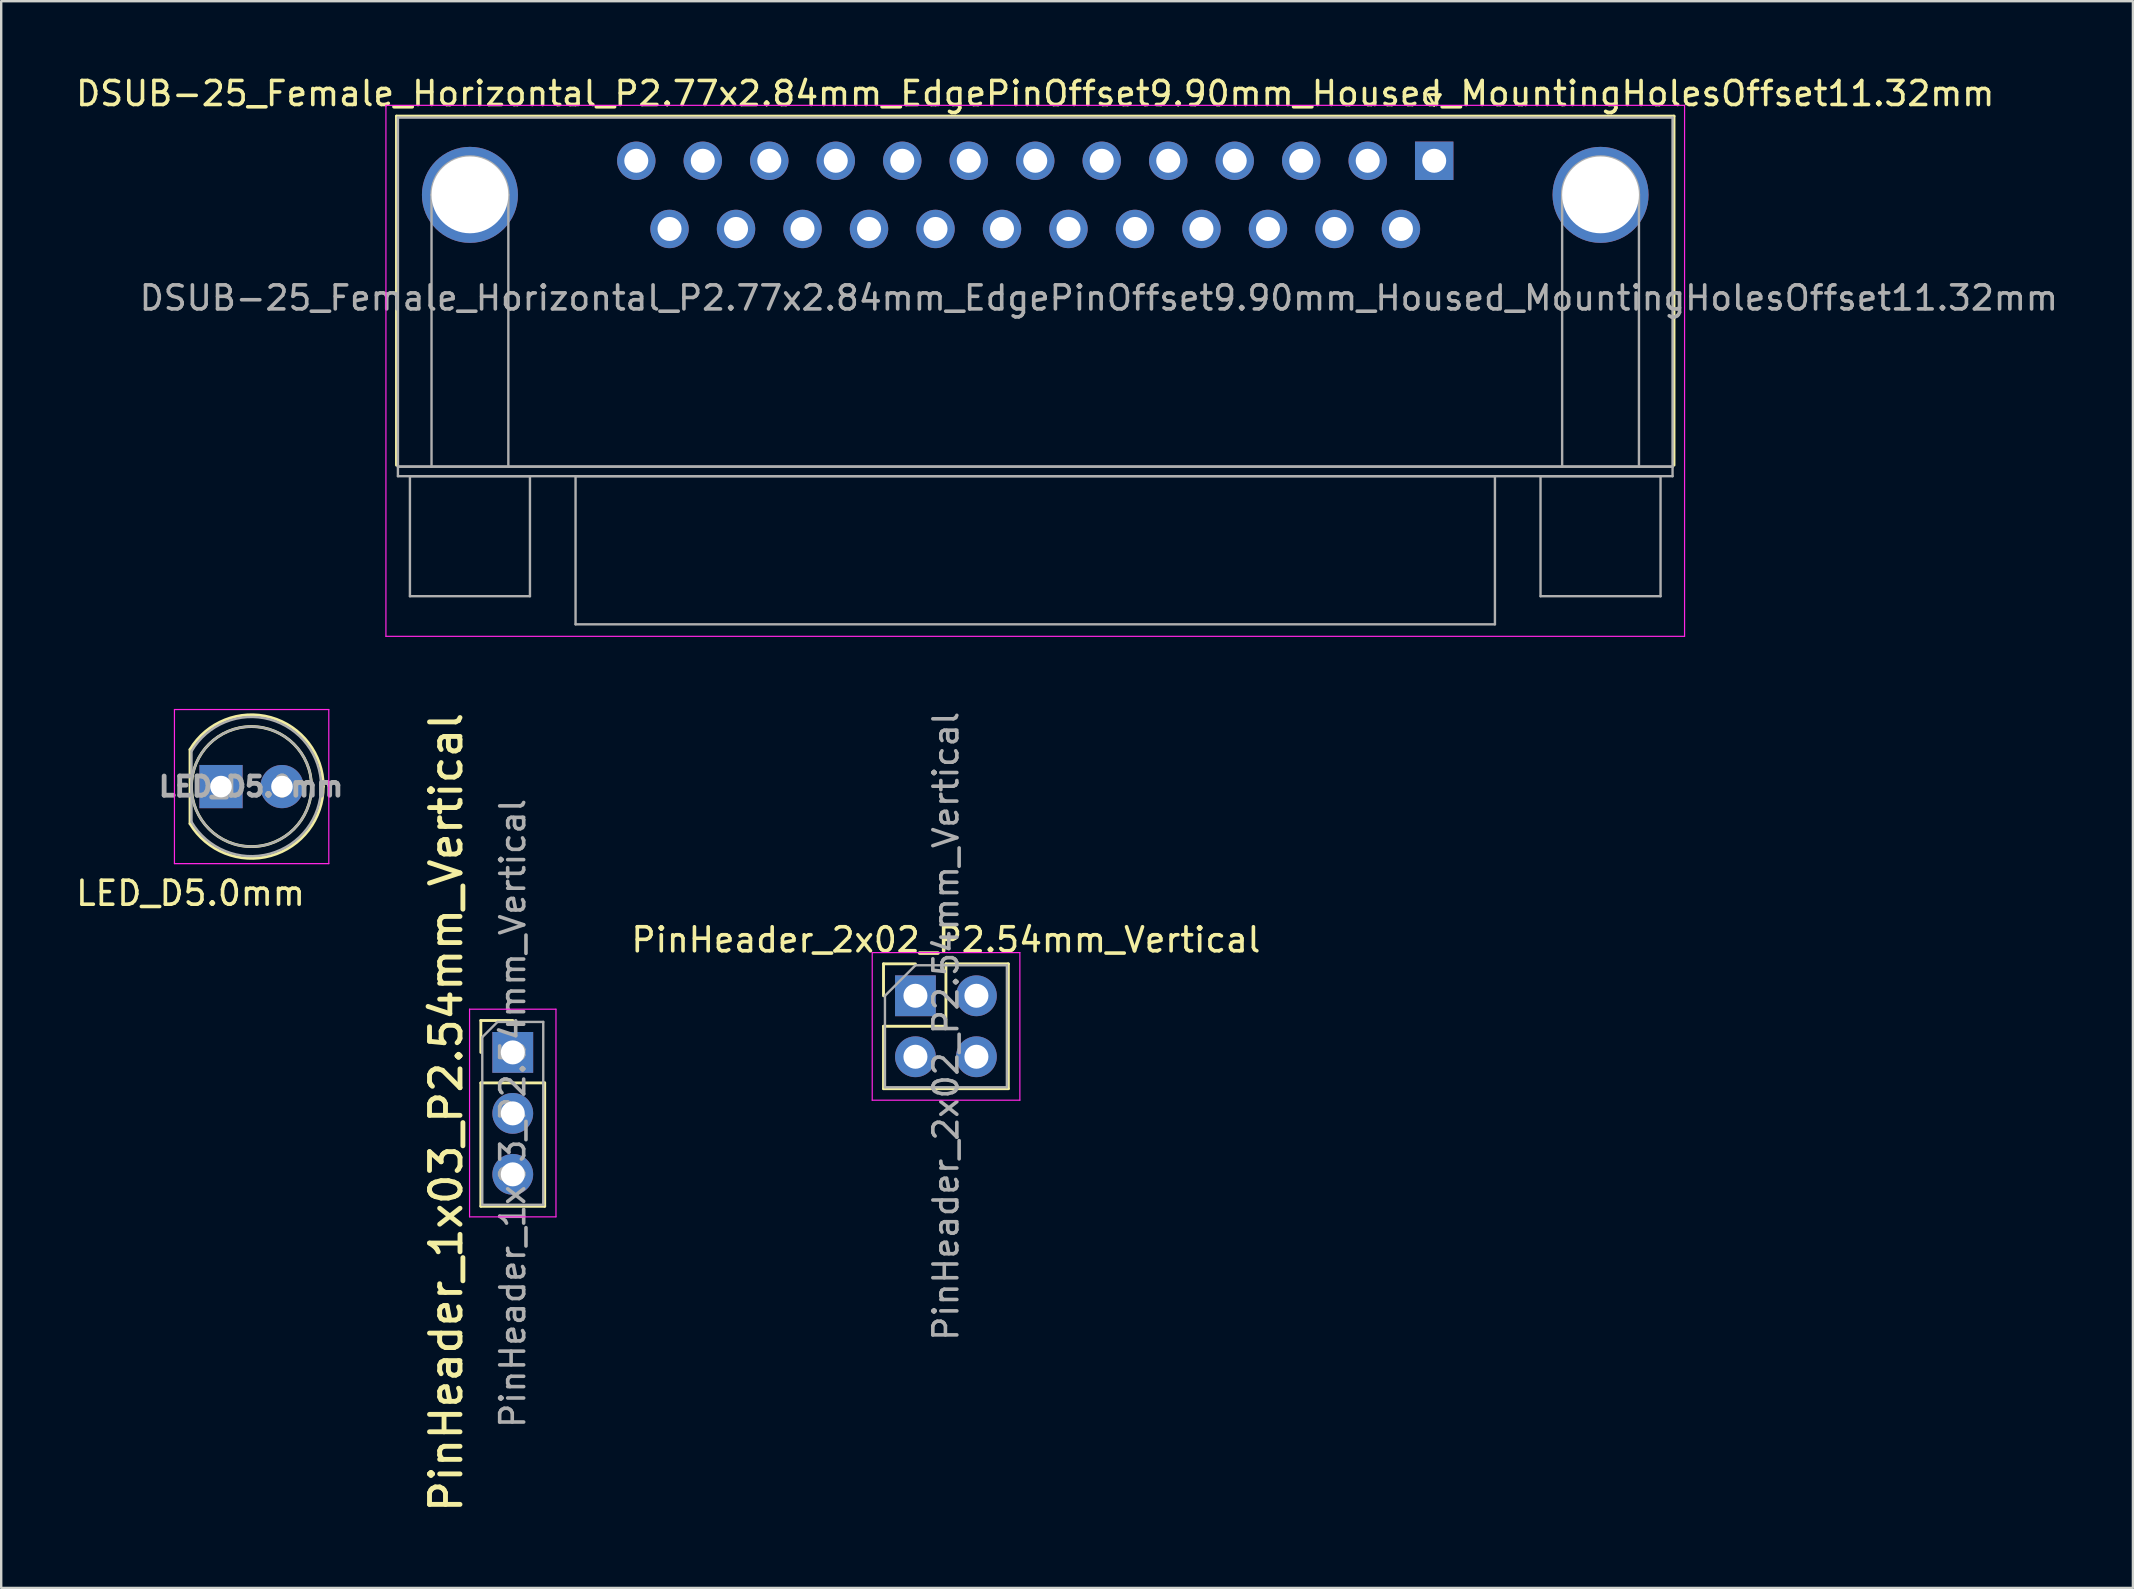
<source format=kicad_pcb>
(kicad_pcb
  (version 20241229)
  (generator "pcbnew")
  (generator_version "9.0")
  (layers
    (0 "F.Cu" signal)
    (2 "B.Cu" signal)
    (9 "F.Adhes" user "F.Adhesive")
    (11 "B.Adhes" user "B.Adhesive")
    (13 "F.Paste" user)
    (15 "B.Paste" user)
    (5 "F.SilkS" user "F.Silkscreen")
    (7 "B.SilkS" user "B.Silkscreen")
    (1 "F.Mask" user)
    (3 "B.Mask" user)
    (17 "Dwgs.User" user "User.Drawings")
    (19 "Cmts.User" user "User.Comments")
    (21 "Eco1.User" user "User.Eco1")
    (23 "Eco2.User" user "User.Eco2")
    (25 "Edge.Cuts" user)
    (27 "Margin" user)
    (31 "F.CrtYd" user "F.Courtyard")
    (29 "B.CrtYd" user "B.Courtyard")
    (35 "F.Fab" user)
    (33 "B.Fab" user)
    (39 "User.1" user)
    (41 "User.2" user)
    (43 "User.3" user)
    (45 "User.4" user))
  (footprint "PinHeader_2x02_P2.54mm_Vertical"
    (layer "F.Cu")
    (at 35.086 38.433)
    (property "Reference" "PinHeader_2x02_P2.54mm_Vertical" (at 1.27 -2.33 0) (layer "F.SilkS") (effects (font (size 1 1) (thickness 0.15))))
    (attr through_hole)
    (fp_line (start -1.33 -1.33) (end 0 -1.33) (stroke (width 0.12) (type solid)) (layer "F.SilkS"))
    (fp_line (start -1.33 0) (end -1.33 -1.33) (stroke (width 0.12) (type solid)) (layer "F.SilkS"))
    (fp_line (start -1.33 1.27) (end -1.33 3.87) (stroke (width 0.12) (type solid)) (layer "F.SilkS"))
    (fp_line (start -1.33 1.27) (end 1.27 1.27) (stroke (width 0.12) (type solid)) (layer "F.SilkS"))
    (fp_line (start -1.33 3.87) (end 3.87 3.87) (stroke (width 0.12) (type solid)) (layer "F.SilkS"))
    (fp_line (start 1.27 -1.33) (end 3.87 -1.33) (stroke (width 0.12) (type solid)) (layer "F.SilkS"))
    (fp_line (start 1.27 1.27) (end 1.27 -1.33) (stroke (width 0.12) (type solid)) (layer "F.SilkS"))
    (fp_line (start 3.87 -1.33) (end 3.87 3.87) (stroke (width 0.12) (type solid)) (layer "F.SilkS"))
    (fp_line (start -1.8 -1.8) (end -1.8 4.35) (stroke (width 0.05) (type solid)) (layer "F.CrtYd"))
    (fp_line (start -1.8 4.35) (end 4.35 4.35) (stroke (width 0.05) (type solid)) (layer "F.CrtYd"))
    (fp_line (start 4.35 -1.8) (end -1.8 -1.8) (stroke (width 0.05) (type solid)) (layer "F.CrtYd"))
    (fp_line (start 4.35 4.35) (end 4.35 -1.8) (stroke (width 0.05) (type solid)) (layer "F.CrtYd"))
    (fp_line (start -1.27 0) (end 0 -1.27) (stroke (width 0.1) (type solid)) (layer "F.Fab"))
    (fp_line (start -1.27 3.81) (end -1.27 0) (stroke (width 0.1) (type solid)) (layer "F.Fab"))
    (fp_line (start 0 -1.27) (end 3.81 -1.27) (stroke (width 0.1) (type solid)) (layer "F.Fab"))
    (fp_line (start 3.81 -1.27) (end 3.81 3.81) (stroke (width 0.1) (type solid)) (layer "F.Fab"))
    (fp_line (start 3.81 3.81) (end -1.27 3.81) (stroke (width 0.1) (type solid)) (layer "F.Fab"))
    (fp_text user "${REFERENCE}" (at 1.27 1.27 90) (layer "F.Fab") (effects (font (size 1 1) (thickness 0.15))))
    (pad "1" thru_hole rect (at 0 0) (size 1.7 1.7) (drill 1) (layers "*.Cu" "*.Mask"))
    (pad "2" thru_hole oval (at 2.54 0) (size 1.7 1.7) (drill 1) (layers "*.Cu" "*.Mask"))
    (pad "3" thru_hole oval (at 0 2.54) (size 1.7 1.7) (drill 1) (layers "*.Cu" "*.Mask"))
    (pad "4" thru_hole oval (at 2.54 2.54) (size 1.7 1.7) (drill 1) (layers "*.Cu" "*.Mask")))
  (footprint "LED_D5.0mm"
    (layer "F.Cu")
    (at 6.157 29.718)
    (property "Reference" "LED_D5.0mm" (at -1.27 4.445 0) (layer "F.SilkS") (effects (font (size 1 1) (thickness 0.15))))
    (attr through_hole)
    (fp_line (start -1.29 -1.545) (end -1.29 1.545) (stroke (width 0.12) (type solid)) (layer "F.SilkS"))
    (fp_arc (start -1.29 -1.54483) (mid 2.071756 -2.880501) (end 4.26 -0.000048) (stroke (width 0.12) (type solid)) (layer "F.SilkS"))
    (fp_arc (start 4.26 0.000048) (mid 2.071756 2.880501) (end -1.29 1.54483) (stroke (width 0.12) (type solid)) (layer "F.SilkS"))
    (fp_circle (center 1.27 0) (end 3.77 0) (stroke (width 0.12) (type solid)) (fill no) (layer "F.SilkS"))
    (fp_line (start -1.94 -3.21) (end -1.94 3.21) (stroke (width 0.05) (type solid)) (layer "F.CrtYd"))
    (fp_line (start -1.94 3.21) (end 4.49 3.21) (stroke (width 0.05) (type solid)) (layer "F.CrtYd"))
    (fp_line (start 4.49 -3.21) (end -1.94 -3.21) (stroke (width 0.05) (type solid)) (layer "F.CrtYd"))
    (fp_line (start 4.49 3.21) (end 4.49 -3.21) (stroke (width 0.05) (type solid)) (layer "F.CrtYd"))
    (fp_line (start -1.23 -1.47) (end -1.23 1.47) (stroke (width 0.1) (type solid)) (layer "F.Fab"))
    (fp_arc (start -1.23 -1.469694) (mid 4.17 -0.000045) (end -1.229954 1.469772) (stroke (width 0.1) (type solid)) (layer "F.Fab"))
    (fp_circle (center 1.27 0) (end 3.77 0) (stroke (width 0.1) (type solid)) (fill no) (layer "F.Fab"))
    (fp_text user "${REFERENCE}" (at 1.25 0 0) (layer "F.Fab") (effects (font (size 0.8 0.8) (thickness 0.2))))
    (pad "1" thru_hole rect (at 0 0) (size 1.8 1.8) (drill 0.9) (layers "*.Cu" "*.Mask"))
    (pad "2" thru_hole circle (at 2.54 0) (size 1.8 1.8) (drill 0.9) (layers "*.Cu" "*.Mask")))
  (footprint "PinHeader_1x03_P2.54mm_Vertical"
    (layer "F.Cu")
    (at 18.311 40.792)
    (property "Reference" "PinHeader_1x03_P2.54mm_Vertical" (at -2.775 2.5 90) (layer "F.SilkS") (effects (font (size 1.27 1.27) (thickness 0.203))))
    (attr through_hole)
    (fp_line (start -1.33 -1.33) (end 0 -1.33) (stroke (width 0.12) (type solid)) (layer "F.SilkS"))
    (fp_line (start -1.33 0) (end -1.33 -1.33) (stroke (width 0.12) (type solid)) (layer "F.SilkS"))
    (fp_line (start -1.33 1.27) (end -1.33 6.41) (stroke (width 0.12) (type solid)) (layer "F.SilkS"))
    (fp_line (start -1.33 1.27) (end 1.33 1.27) (stroke (width 0.12) (type solid)) (layer "F.SilkS"))
    (fp_line (start -1.33 6.41) (end 1.33 6.41) (stroke (width 0.12) (type solid)) (layer "F.SilkS"))
    (fp_line (start 1.33 1.27) (end 1.33 6.41) (stroke (width 0.12) (type solid)) (layer "F.SilkS"))
    (fp_line (start -1.8 -1.8) (end -1.8 6.85) (stroke (width 0.05) (type solid)) (layer "F.CrtYd"))
    (fp_line (start -1.8 6.85) (end 1.8 6.85) (stroke (width 0.05) (type solid)) (layer "F.CrtYd"))
    (fp_line (start 1.8 -1.8) (end -1.8 -1.8) (stroke (width 0.05) (type solid)) (layer "F.CrtYd"))
    (fp_line (start 1.8 6.85) (end 1.8 -1.8) (stroke (width 0.05) (type solid)) (layer "F.CrtYd"))
    (fp_line (start -1.27 -0.635) (end -0.635 -1.27) (stroke (width 0.1) (type solid)) (layer "F.Fab"))
    (fp_line (start -1.27 6.35) (end -1.27 -0.635) (stroke (width 0.1) (type solid)) (layer "F.Fab"))
    (fp_line (start -0.635 -1.27) (end 1.27 -1.27) (stroke (width 0.1) (type solid)) (layer "F.Fab"))
    (fp_line (start 1.27 -1.27) (end 1.27 6.35) (stroke (width 0.1) (type solid)) (layer "F.Fab"))
    (fp_line (start 1.27 6.35) (end -1.27 6.35) (stroke (width 0.1) (type solid)) (layer "F.Fab"))
    (fp_text user "${REFERENCE}" (at 0 2.54 90) (layer "F.Fab") (effects (font (size 1 1) (thickness 0.15))))
    (pad "1" thru_hole rect (at 0 0) (size 1.7 1.7) (drill 1) (layers "*.Cu" "*.Mask"))
    (pad "2" thru_hole oval (at 0 2.54) (size 1.7 1.7) (drill 1) (layers "*.Cu" "*.Mask"))
    (pad "3" thru_hole oval (at 0 5.08) (size 1.7 1.7) (drill 1) (layers "*.Cu" "*.Mask")))
  (footprint "DSUB-25_Female_Horizontal_P2.77x2.84mm_EdgePinOffset9.90mm_Housed_MountingHolesOffset11.32mm"
    (layer "F.Cu")
    (at 56.697 3.648)
    (property "Reference" "DSUB-25_Female_Horizontal_P2.77x2.84mm_EdgePinOffset9.90mm_Housed_MountingHolesOffset11.32mm" (at -16.62 -2.8 0) (layer "F.SilkS") (effects (font (size 1 1) (thickness 0.15))))
    (attr through_hole)
    (fp_line (start -43.23 -1.86) (end 9.99 -1.86) (stroke (width 0.12) (type solid)) (layer "F.SilkS"))
    (fp_line (start -43.23 12.68) (end -43.23 -1.86) (stroke (width 0.12) (type solid)) (layer "F.SilkS"))
    (fp_line (start -0.25 -2.754) (end 0.25 -2.754) (stroke (width 0.12) (type solid)) (layer "F.SilkS"))
    (fp_line (start 0 -2.321) (end -0.25 -2.754) (stroke (width 0.12) (type solid)) (layer "F.SilkS"))
    (fp_line (start 0.25 -2.754) (end 0 -2.321) (stroke (width 0.12) (type solid)) (layer "F.SilkS"))
    (fp_line (start 9.99 -1.86) (end 9.99 12.68) (stroke (width 0.12) (type solid)) (layer "F.SilkS"))
    (fp_line (start -43.67 -2.31) (end -43.67 19.81) (stroke (width 0.05) (type solid)) (layer "F.CrtYd"))
    (fp_line (start -43.67 19.81) (end 10.43 19.81) (stroke (width 0.05) (type solid)) (layer "F.CrtYd"))
    (fp_line (start 10.43 -2.31) (end -43.67 -2.31) (stroke (width 0.05) (type solid)) (layer "F.CrtYd"))
    (fp_line (start 10.43 19.81) (end 10.43 -2.31) (stroke (width 0.05) (type solid)) (layer "F.CrtYd"))
    (fp_line (start -43.17 -1.8) (end -43.17 12.74) (stroke (width 0.1) (type solid)) (layer "F.Fab"))
    (fp_line (start -43.17 12.74) (end -43.17 13.14) (stroke (width 0.1) (type solid)) (layer "F.Fab"))
    (fp_line (start -43.17 12.74) (end 9.93 12.74) (stroke (width 0.1) (type solid)) (layer "F.Fab"))
    (fp_line (start -43.17 13.14) (end 9.93 13.14) (stroke (width 0.1) (type solid)) (layer "F.Fab"))
    (fp_line (start -42.67 13.14) (end -42.67 18.14) (stroke (width 0.1) (type solid)) (layer "F.Fab"))
    (fp_line (start -42.67 18.14) (end -37.67 18.14) (stroke (width 0.1) (type solid)) (layer "F.Fab"))
    (fp_line (start -41.77 12.74) (end -41.77 1.42) (stroke (width 0.1) (type solid)) (layer "F.Fab"))
    (fp_line (start -38.57 12.74) (end -38.57 1.42) (stroke (width 0.1) (type solid)) (layer "F.Fab"))
    (fp_line (start -37.67 13.14) (end -42.67 13.14) (stroke (width 0.1) (type solid)) (layer "F.Fab"))
    (fp_line (start -37.67 18.14) (end -37.67 13.14) (stroke (width 0.1) (type solid)) (layer "F.Fab"))
    (fp_line (start -35.77 13.14) (end -35.77 19.31) (stroke (width 0.1) (type solid)) (layer "F.Fab"))
    (fp_line (start -35.77 19.31) (end 2.53 19.31) (stroke (width 0.1) (type solid)) (layer "F.Fab"))
    (fp_line (start 2.53 13.14) (end -35.77 13.14) (stroke (width 0.1) (type solid)) (layer "F.Fab"))
    (fp_line (start 2.53 19.31) (end 2.53 13.14) (stroke (width 0.1) (type solid)) (layer "F.Fab"))
    (fp_line (start 4.43 13.14) (end 4.43 18.14) (stroke (width 0.1) (type solid)) (layer "F.Fab"))
    (fp_line (start 4.43 18.14) (end 9.43 18.14) (stroke (width 0.1) (type solid)) (layer "F.Fab"))
    (fp_line (start 5.33 12.74) (end 5.33 1.42) (stroke (width 0.1) (type solid)) (layer "F.Fab"))
    (fp_line (start 8.53 12.74) (end 8.53 1.42) (stroke (width 0.1) (type solid)) (layer "F.Fab"))
    (fp_line (start 9.43 13.14) (end 4.43 13.14) (stroke (width 0.1) (type solid)) (layer "F.Fab"))
    (fp_line (start 9.43 18.14) (end 9.43 13.14) (stroke (width 0.1) (type solid)) (layer "F.Fab"))
    (fp_line (start 9.93 -1.8) (end -43.17 -1.8) (stroke (width 0.1) (type solid)) (layer "F.Fab"))
    (fp_line (start 9.93 12.74) (end -43.17 12.74) (stroke (width 0.1) (type solid)) (layer "F.Fab"))
    (fp_line (start 9.93 12.74) (end 9.93 -1.8) (stroke (width 0.1) (type solid)) (layer "F.Fab"))
    (fp_line (start 9.93 13.14) (end 9.93 12.74) (stroke (width 0.1) (type solid)) (layer "F.Fab"))
    (fp_arc (start -41.77 1.42) (mid -40.17 -0.18) (end -38.57 1.42) (stroke (width 0.1) (type solid)) (layer "F.Fab"))
    (fp_arc (start 5.33 1.42) (mid 6.93 -0.18) (end 8.53 1.42) (stroke (width 0.1) (type solid)) (layer "F.Fab"))
    (fp_text user "${REFERENCE}" (at -13.97 5.715 0) (layer "F.Fab") (effects (font (size 1 1) (thickness 0.15))))
    (pad "0" thru_hole circle (at -40.17 1.42) (size 4 4) (drill 3.2) (layers "*.Cu" "*.Mask"))
    (pad "0" thru_hole circle (at 6.93 1.42) (size 4 4) (drill 3.2) (layers "*.Cu" "*.Mask"))
    (pad "1" thru_hole rect (at 0 0) (size 1.6 1.6) (drill 1) (layers "*.Cu" "*.Mask"))
    (pad "2" thru_hole circle (at -2.77 0) (size 1.6 1.6) (drill 1) (layers "*.Cu" "*.Mask"))
    (pad "3" thru_hole circle (at -5.54 0) (size 1.6 1.6) (drill 1) (layers "*.Cu" "*.Mask"))
    (pad "4" thru_hole circle (at -8.31 0) (size 1.6 1.6) (drill 1) (layers "*.Cu" "*.Mask"))
    (pad "5" thru_hole circle (at -11.08 0) (size 1.6 1.6) (drill 1) (layers "*.Cu" "*.Mask"))
    (pad "6" thru_hole circle (at -13.85 0) (size 1.6 1.6) (drill 1) (layers "*.Cu" "*.Mask"))
    (pad "7" thru_hole circle (at -16.62 0) (size 1.6 1.6) (drill 1) (layers "*.Cu" "*.Mask"))
    (pad "8" thru_hole circle (at -19.39 0) (size 1.6 1.6) (drill 1) (layers "*.Cu" "*.Mask"))
    (pad "9" thru_hole circle (at -22.16 0) (size 1.6 1.6) (drill 1) (layers "*.Cu" "*.Mask"))
    (pad "10" thru_hole circle (at -24.93 0) (size 1.6 1.6) (drill 1) (layers "*.Cu" "*.Mask"))
    (pad "11" thru_hole circle (at -27.7 0) (size 1.6 1.6) (drill 1) (layers "*.Cu" "*.Mask"))
    (pad "12" thru_hole circle (at -30.47 0) (size 1.6 1.6) (drill 1) (layers "*.Cu" "*.Mask"))
    (pad "13" thru_hole circle (at -33.24 0) (size 1.6 1.6) (drill 1) (layers "*.Cu" "*.Mask"))
    (pad "14" thru_hole circle (at -1.385 2.84) (size 1.6 1.6) (drill 1) (layers "*.Cu" "*.Mask"))
    (pad "15" thru_hole circle (at -4.155 2.84) (size 1.6 1.6) (drill 1) (layers "*.Cu" "*.Mask"))
    (pad "16" thru_hole circle (at -6.925 2.84) (size 1.6 1.6) (drill 1) (layers "*.Cu" "*.Mask"))
    (pad "17" thru_hole circle (at -9.695 2.84) (size 1.6 1.6) (drill 1) (layers "*.Cu" "*.Mask"))
    (pad "18" thru_hole circle (at -12.465 2.84) (size 1.6 1.6) (drill 1) (layers "*.Cu" "*.Mask"))
    (pad "19" thru_hole circle (at -15.235 2.84) (size 1.6 1.6) (drill 1) (layers "*.Cu" "*.Mask"))
    (pad "20" thru_hole circle (at -18.005 2.84) (size 1.6 1.6) (drill 1) (layers "*.Cu" "*.Mask"))
    (pad "21" thru_hole circle (at -20.775 2.84) (size 1.6 1.6) (drill 1) (layers "*.Cu" "*.Mask"))
    (pad "22" thru_hole circle (at -23.545 2.84) (size 1.6 1.6) (drill 1) (layers "*.Cu" "*.Mask"))
    (pad "23" thru_hole circle (at -26.315 2.84) (size 1.6 1.6) (drill 1) (layers "*.Cu" "*.Mask"))
    (pad "24" thru_hole circle (at -29.085 2.84) (size 1.6 1.6) (drill 1) (layers "*.Cu" "*.Mask"))
    (pad "25" thru_hole circle (at -31.855 2.84) (size 1.6 1.6) (drill 1) (layers "*.Cu" "*.Mask")))
  (gr_rect
    (start -3 -3)
    (end 85.805 63.101)
    (stroke (width 0.1) (type default))
    (fill no)
    (layer "Edge.Cuts")))
</source>
